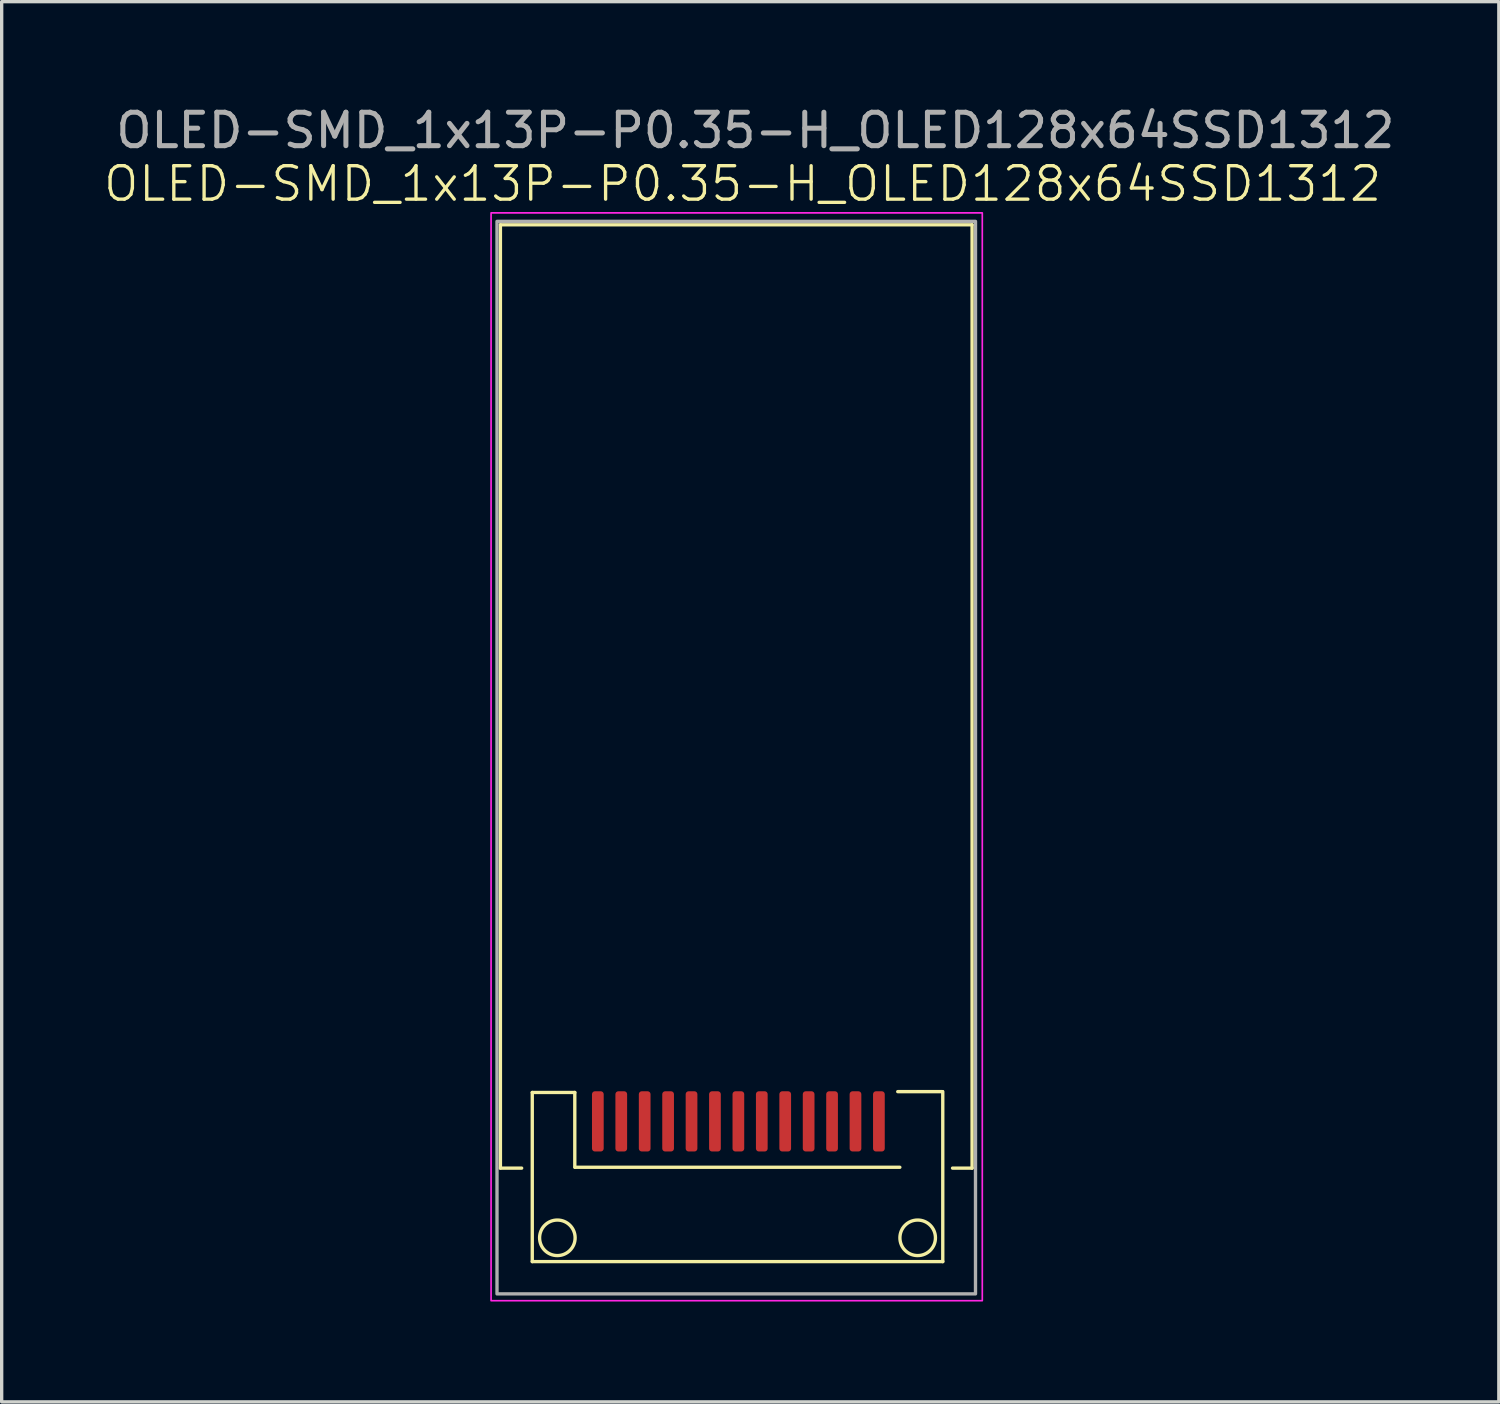
<source format=kicad_pcb>
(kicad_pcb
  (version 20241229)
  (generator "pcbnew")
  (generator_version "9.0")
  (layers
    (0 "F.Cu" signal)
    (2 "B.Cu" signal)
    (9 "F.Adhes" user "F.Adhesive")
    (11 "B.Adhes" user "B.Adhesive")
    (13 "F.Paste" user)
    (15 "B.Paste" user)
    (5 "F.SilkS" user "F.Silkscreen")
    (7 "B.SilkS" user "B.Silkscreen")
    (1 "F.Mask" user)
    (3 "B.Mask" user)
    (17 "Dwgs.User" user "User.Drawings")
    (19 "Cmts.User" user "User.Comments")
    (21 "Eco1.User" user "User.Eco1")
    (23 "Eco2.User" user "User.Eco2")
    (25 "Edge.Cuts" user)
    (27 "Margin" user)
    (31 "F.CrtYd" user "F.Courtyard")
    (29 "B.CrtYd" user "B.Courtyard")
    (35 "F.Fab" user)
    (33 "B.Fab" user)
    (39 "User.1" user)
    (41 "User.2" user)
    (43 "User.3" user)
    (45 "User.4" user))
  (footprint "OLED-SMD_1x13P-P0.35-H_OLED128x64SSD1312"
    (layer "F.Cu")
    (at 19.018 30.465)
    (property "Reference" "OLED-SMD_1x13P-P0.35-H_OLED128x64SSD1312" (at 0.127 -28.02 0) (unlocked yes) (layer "F.SilkS") (effects (font (size 1 1) (thickness 0.1))))
    (attr smd)
    (fp_line (start -7.112 -26.797) (end 6.985 -26.797) (stroke (width 0.1) (type default)) (layer "F.SilkS"))
    (fp_line (start -7.112 1.397) (end -7.112 -26.797) (stroke (width 0.1) (type default)) (layer "F.SilkS"))
    (fp_line (start -7.112 1.397) (end -6.477 1.397) (stroke (width 0.1) (type default)) (layer "F.SilkS"))
    (fp_line (start -6.16 4.191) (end -6.16 -0.864) (stroke (width 0.1) (type default)) (layer "F.SilkS"))
    (fp_line (start -4.889 -0.864) (end -6.16 -0.864) (stroke (width 0.1) (type default)) (layer "F.SilkS"))
    (fp_line (start -4.889 -0.864) (end -4.889 1.372) (stroke (width 0.1) (type default)) (layer "F.SilkS"))
    (fp_line (start -4.877 1.372) (end 4.826 1.372) (stroke (width 0.1) (type default)) (layer "F.SilkS"))
    (fp_line (start 6.096 -0.889) (end 4.763 -0.889) (stroke (width 0.1) (type default)) (layer "F.SilkS"))
    (fp_line (start 6.109 -0.889) (end 6.109 4.191) (stroke (width 0.1) (type default)) (layer "F.SilkS"))
    (fp_line (start 6.109 4.191) (end -6.16 4.191) (stroke (width 0.1) (type default)) (layer "F.SilkS"))
    (fp_line (start 6.985 -26.797) (end 6.985 1.397) (stroke (width 0.1) (type default)) (layer "F.SilkS"))
    (fp_line (start 6.985 1.397) (end 6.401 1.397) (stroke (width 0.1) (type default)) (layer "F.SilkS"))
    (fp_circle (center -5.41 3.48) (end -5.41 2.949) (stroke (width 0.1) (type default)) (fill no) (layer "F.SilkS"))
    (fp_circle (center 5.359 3.48) (end 5.359 2.949) (stroke (width 0.1) (type default)) (fill no) (layer "F.SilkS"))
    (fp_rect (start -7.391 -27.153) (end 7.29 5.359) (stroke (width 0.05) (type default)) (fill no) (layer "F.CrtYd"))
    (fp_rect (start -7.214 -26.899) (end 7.087 5.156) (stroke (width 0.1) (type default)) (fill no) (layer "F.Fab"))
    (fp_text user "${REFERENCE}" (at 0.508 -29.616 0) (unlocked yes) (layer "F.Fab") (effects (font (size 1 1) (thickness 0.15))))
    (pad "1" smd roundrect (at -4.2 0) (size 0.35 1.8) (layers "F.Cu" "F.Mask" "F.Paste") (roundrect_rratio 0.25))
    (pad "2" smd roundrect (at -3.5 0) (size 0.35 1.8) (layers "F.Cu" "F.Mask" "F.Paste") (roundrect_rratio 0.25))
    (pad "3" smd roundrect (at -2.8 0) (size 0.35 1.8) (layers "F.Cu" "F.Mask" "F.Paste") (roundrect_rratio 0.25))
    (pad "4" smd roundrect (at -2.1 0) (size 0.35 1.8) (layers "F.Cu" "F.Mask" "F.Paste") (roundrect_rratio 0.25))
    (pad "5" smd roundrect (at -1.4 0) (size 0.35 1.8) (layers "F.Cu" "F.Mask" "F.Paste") (roundrect_rratio 0.25))
    (pad "6" smd roundrect (at -0.7 0) (size 0.35 1.8) (layers "F.Cu" "F.Mask" "F.Paste") (roundrect_rratio 0.25))
    (pad "7" smd roundrect (at 0 0) (size 0.35 1.8) (layers "F.Cu" "F.Mask" "F.Paste") (roundrect_rratio 0.25))
    (pad "8" smd roundrect (at 0.7 0) (size 0.35 1.8) (layers "F.Cu" "F.Mask" "F.Paste") (roundrect_rratio 0.25))
    (pad "9" smd roundrect (at 1.4 0) (size 0.35 1.8) (layers "F.Cu" "F.Mask" "F.Paste") (roundrect_rratio 0.25))
    (pad "10" smd roundrect (at 2.1 0) (size 0.35 1.8) (layers "F.Cu" "F.Mask" "F.Paste") (roundrect_rratio 0.25))
    (pad "11" smd roundrect (at 2.8 0) (size 0.35 1.8) (layers "F.Cu" "F.Mask" "F.Paste") (roundrect_rratio 0.25))
    (pad "12" smd roundrect (at 3.5 0) (size 0.35 1.8) (layers "F.Cu" "F.Mask" "F.Paste") (roundrect_rratio 0.25))
    (pad "13" smd roundrect (at 4.2 0) (size 0.35 1.8) (layers "F.Cu" "F.Mask" "F.Paste") (roundrect_rratio 0.25)))
  (gr_rect
    (start -3 -3)
    (end 41.746 38.849)
    (stroke (width 0.1) (type default))
    (fill no)
    (layer "Edge.Cuts")))
</source>
